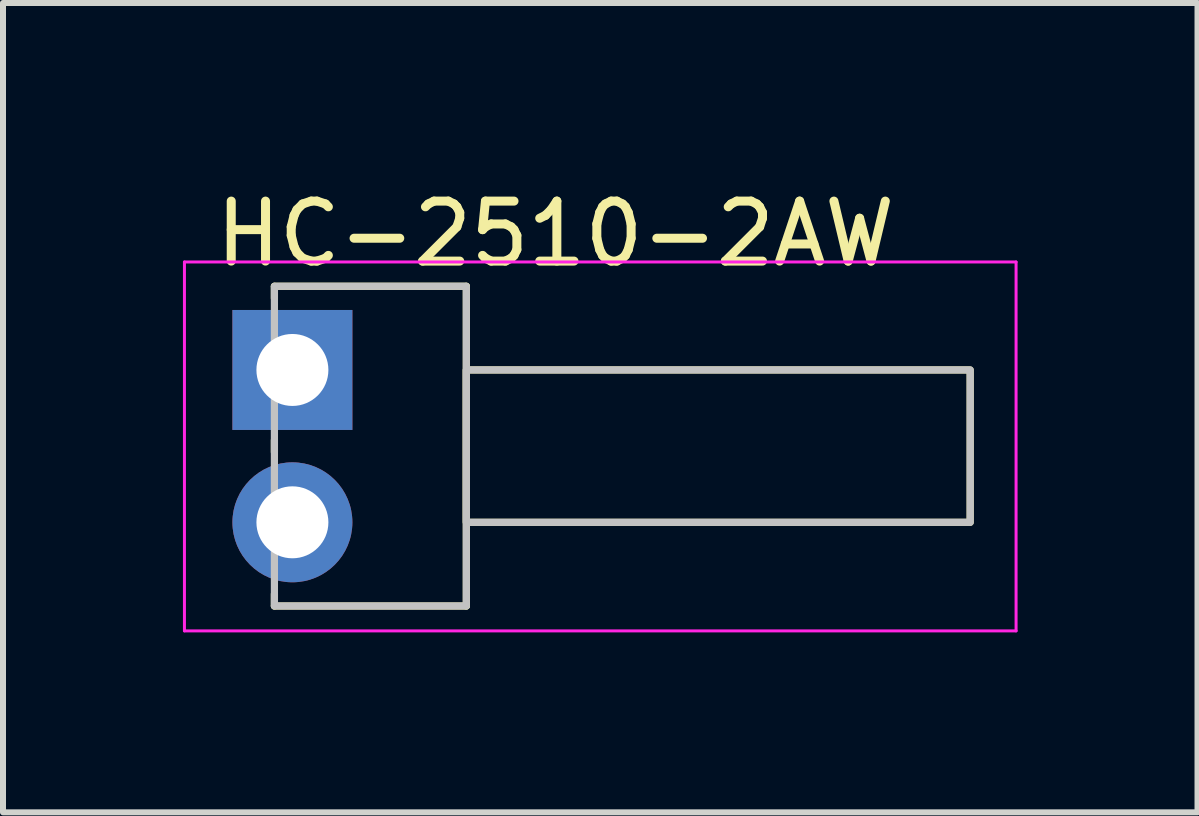
<source format=kicad_pcb>
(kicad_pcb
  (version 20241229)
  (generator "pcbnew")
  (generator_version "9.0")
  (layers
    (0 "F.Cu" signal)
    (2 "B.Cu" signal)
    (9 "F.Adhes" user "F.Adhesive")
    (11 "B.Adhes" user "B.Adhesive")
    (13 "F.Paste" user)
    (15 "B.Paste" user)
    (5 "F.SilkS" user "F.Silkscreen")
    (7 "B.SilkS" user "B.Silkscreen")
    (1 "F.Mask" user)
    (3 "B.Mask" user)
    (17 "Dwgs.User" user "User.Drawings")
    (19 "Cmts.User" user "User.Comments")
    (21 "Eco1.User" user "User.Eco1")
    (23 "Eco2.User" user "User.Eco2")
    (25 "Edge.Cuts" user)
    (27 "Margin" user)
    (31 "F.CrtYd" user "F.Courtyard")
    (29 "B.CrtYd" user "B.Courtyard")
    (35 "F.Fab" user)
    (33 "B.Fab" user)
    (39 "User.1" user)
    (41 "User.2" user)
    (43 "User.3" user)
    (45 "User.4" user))
  (footprint "HC-2510-2AW"
    (layer "F.Cu")
    (at 1.825 3.118)
    (property "Reference" "HC-2510-2AW" (at 4.385 -2.27 0) (layer "F.SilkS") (effects (font (size 1 1) (thickness 0.15))))
    (attr through_hole)
    (fp_line (start -0.3 -1.395) (end 2.9 -1.395) (stroke (width 0.12) (type solid)) (layer "F.SilkS"))
    (fp_line (start -0.3 -1.195) (end -0.3 -1.395) (stroke (width 0.12) (type solid)) (layer "F.SilkS"))
    (fp_line (start -0.3 1.17) (end -0.3 1.37) (stroke (width 0.12) (type solid)) (layer "F.SilkS"))
    (fp_line (start -0.3 3.935) (end -0.3 3.735) (stroke (width 0.12) (type solid)) (layer "F.SilkS"))
    (fp_line (start 2.9 -1.395) (end 2.9 3.935) (stroke (width 0.12) (type solid)) (layer "F.SilkS"))
    (fp_line (start 2.9 3.935) (end -0.3 3.935) (stroke (width 0.12) (type solid)) (layer "F.SilkS"))
    (fp_rect (start 2.9 0) (end 11.3 2.54) (stroke (width 0.12) (type solid)) (fill no) (layer "F.SilkS"))
    (fp_rect (start -0.3 -1.395) (end 2.9 3.935) (stroke (width 0.12) (type solid)) (fill no) (layer "Dwgs.User"))
    (fp_rect (start 2.9 0) (end 11.3 2.54) (stroke (width 0.12) (type solid)) (fill no) (layer "Dwgs.User"))
    (fp_line (start -1.8 -1.8) (end -1.8 4.35) (stroke (width 0.05) (type solid)) (layer "F.CrtYd"))
    (fp_line (start -1.8 4.35) (end 12.065 4.35) (stroke (width 0.05) (type solid)) (layer "F.CrtYd"))
    (fp_line (start 12.065 -1.8) (end -1.8 -1.8) (stroke (width 0.05) (type solid)) (layer "F.CrtYd"))
    (fp_line (start 12.065 4.35) (end 12.065 -1.8) (stroke (width 0.05) (type solid)) (layer "F.CrtYd"))
    (fp_line (start -0.32 -0.32) (end -0.32 0.32) (stroke (width 0.1) (type solid)) (layer "F.Fab"))
    (fp_line (start -0.32 2.22) (end -0.32 2.86) (stroke (width 0.1) (type solid)) (layer "F.Fab"))
    (pad "1" thru_hole rect (at 0 0) (size 2 2) (drill 1.2) (layers "*.Cu" "*.Mask"))
    (pad "2" thru_hole circle (at 0 2.54) (size 2 2) (drill 1.2) (layers "*.Cu" "*.Mask")))
  (gr_rect
    (start -3 -3)
    (end 16.915 10.493)
    (stroke (width 0.1) (type default))
    (fill no)
    (layer "Edge.Cuts")))
</source>
